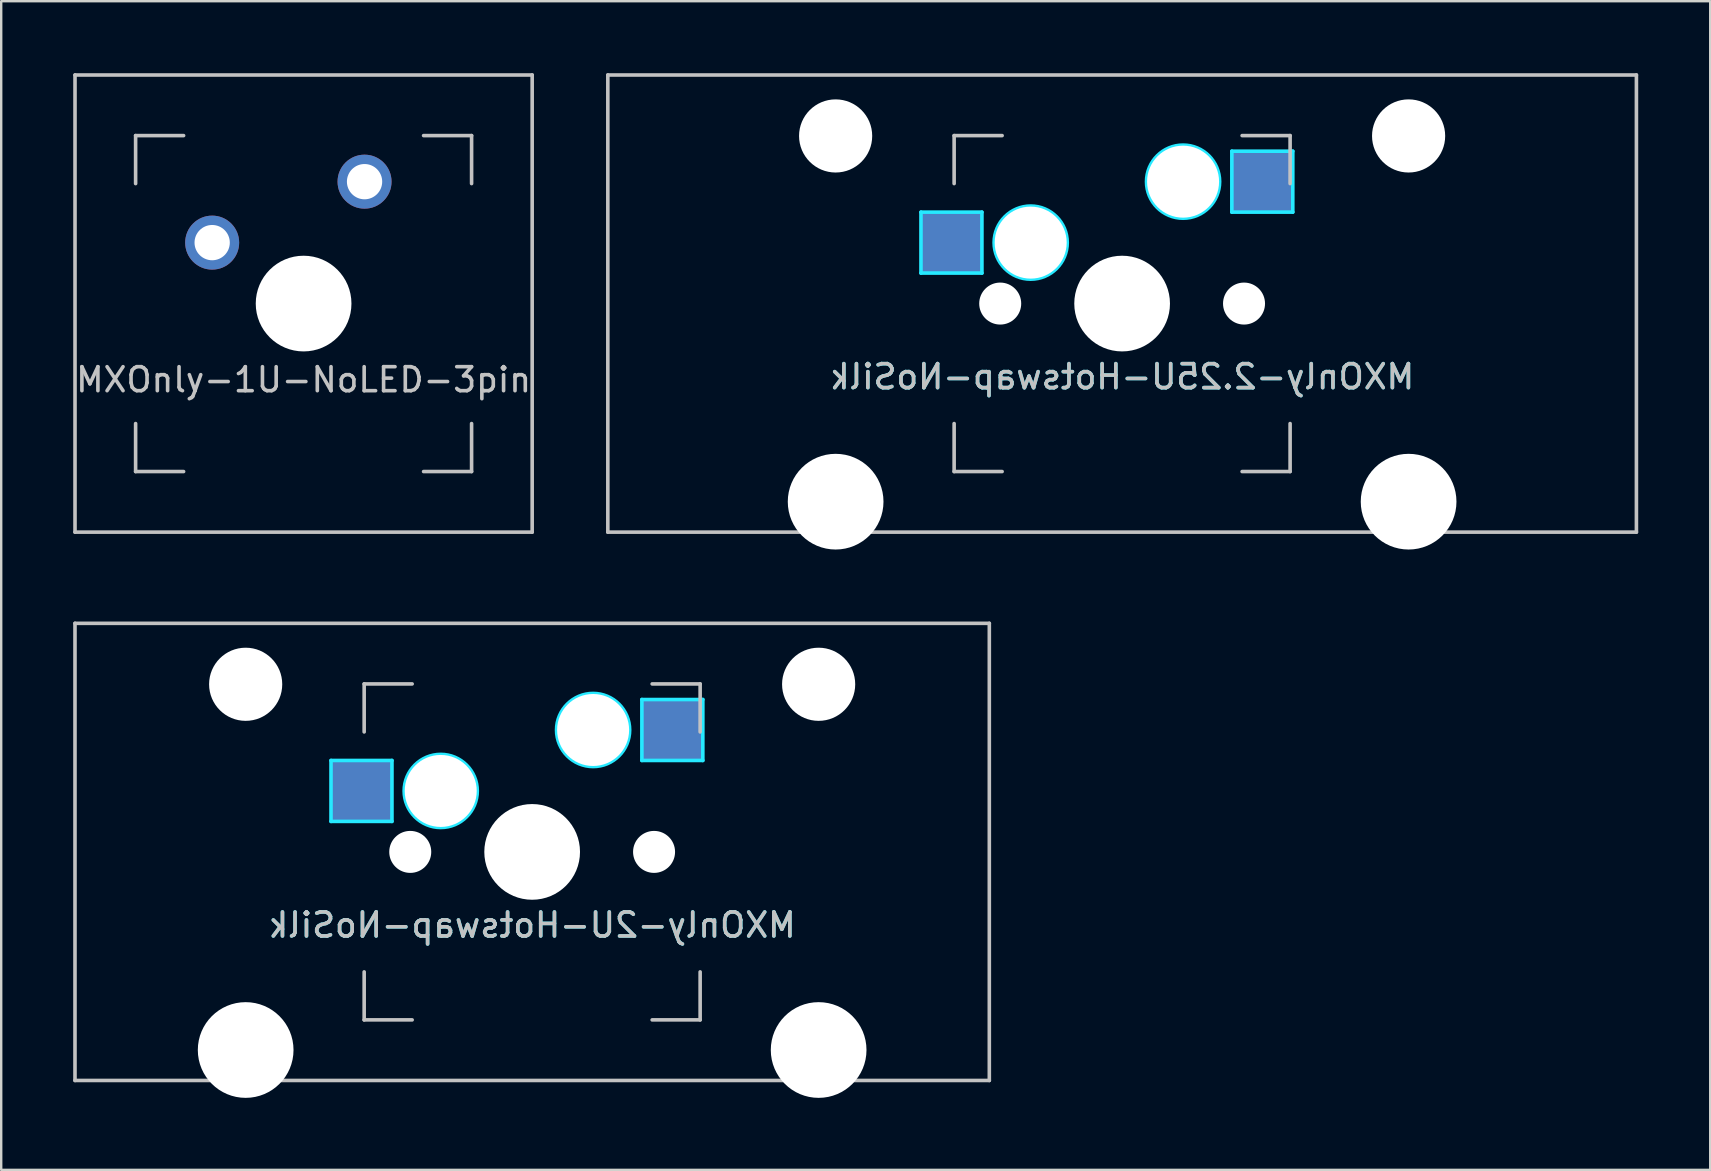
<source format=kicad_pcb>
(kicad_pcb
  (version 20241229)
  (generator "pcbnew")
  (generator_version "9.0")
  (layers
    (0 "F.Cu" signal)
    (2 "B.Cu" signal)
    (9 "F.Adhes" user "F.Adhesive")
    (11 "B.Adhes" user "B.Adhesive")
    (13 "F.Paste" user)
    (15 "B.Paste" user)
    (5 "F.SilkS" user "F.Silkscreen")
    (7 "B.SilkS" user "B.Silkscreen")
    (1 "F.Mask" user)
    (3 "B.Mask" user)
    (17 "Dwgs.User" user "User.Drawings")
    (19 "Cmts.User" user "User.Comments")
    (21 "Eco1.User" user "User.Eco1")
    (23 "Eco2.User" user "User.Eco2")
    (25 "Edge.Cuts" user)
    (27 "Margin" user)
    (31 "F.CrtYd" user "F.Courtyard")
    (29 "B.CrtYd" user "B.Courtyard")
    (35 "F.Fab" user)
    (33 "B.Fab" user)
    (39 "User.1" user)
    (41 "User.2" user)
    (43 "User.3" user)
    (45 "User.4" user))
  (footprint "MXOnly-2.25U-Hotswap-NoSilk"
    (layer "F.Cu")
    (at 43.709 9.6)
    (property "Reference" "MXOnly-2.25U-Hotswap-NoSilk" (at 0 3.048 0) (layer "B.CrtYd") (effects (font (size 1 1) (thickness 0.15)) (justify mirror)))
    (attr smd)
    (fp_line (start -21.431 -9.525) (end 21.431 -9.525) (stroke (width 0.15) (type solid)) (layer "Dwgs.User"))
    (fp_line (start -21.431 9.525) (end -21.431 -9.525) (stroke (width 0.15) (type solid)) (layer "Dwgs.User"))
    (fp_line (start -7 -7) (end -7 -5) (stroke (width 0.15) (type solid)) (layer "Dwgs.User"))
    (fp_line (start -7 5) (end -7 7) (stroke (width 0.15) (type solid)) (layer "Dwgs.User"))
    (fp_line (start -7 7) (end -5 7) (stroke (width 0.15) (type solid)) (layer "Dwgs.User"))
    (fp_line (start -5 -7) (end -7 -7) (stroke (width 0.15) (type solid)) (layer "Dwgs.User"))
    (fp_line (start 5 -7) (end 7 -7) (stroke (width 0.15) (type solid)) (layer "Dwgs.User"))
    (fp_line (start 5 7) (end 7 7) (stroke (width 0.15) (type solid)) (layer "Dwgs.User"))
    (fp_line (start 7 -7) (end 7 -5) (stroke (width 0.15) (type solid)) (layer "Dwgs.User"))
    (fp_line (start 7 7) (end 7 5) (stroke (width 0.15) (type solid)) (layer "Dwgs.User"))
    (fp_line (start 21.431 -9.525) (end 21.431 9.525) (stroke (width 0.15) (type solid)) (layer "Dwgs.User"))
    (fp_line (start 21.431 9.525) (end -21.431 9.525) (stroke (width 0.15) (type solid)) (layer "Dwgs.User"))
    (fp_line (start -8.382 -3.81) (end -5.842 -3.81) (stroke (width 0.15) (type solid)) (layer "B.CrtYd"))
    (fp_line (start -8.382 -1.27) (end -8.382 -3.81) (stroke (width 0.15) (type solid)) (layer "B.CrtYd"))
    (fp_line (start -5.842 -3.81) (end -5.842 -1.27) (stroke (width 0.15) (type solid)) (layer "B.CrtYd"))
    (fp_line (start -5.842 -1.27) (end -8.382 -1.27) (stroke (width 0.15) (type solid)) (layer "B.CrtYd"))
    (fp_line (start 4.572 -6.35) (end 7.112 -6.35) (stroke (width 0.15) (type solid)) (layer "B.CrtYd"))
    (fp_line (start 4.572 -3.81) (end 4.572 -6.35) (stroke (width 0.15) (type solid)) (layer "B.CrtYd"))
    (fp_line (start 7.112 -6.35) (end 7.112 -3.81) (stroke (width 0.15) (type solid)) (layer "B.CrtYd"))
    (fp_line (start 7.112 -3.81) (end 4.572 -3.81) (stroke (width 0.15) (type solid)) (layer "B.CrtYd"))
    (fp_circle (center -3.81 -2.54) (end -3.81 -4.064) (stroke (width 0.15) (type solid)) (fill no) (layer "B.CrtYd"))
    (fp_circle (center 2.54 -5.08) (end 2.54 -6.604) (stroke (width 0.15) (type solid)) (fill no) (layer "B.CrtYd"))
    (fp_text user "${REFERENCE}" (at 0 3.048 0) (layer "Dwgs.User") (effects (font (size 1 1) (thickness 0.15)) (justify mirror)))
    (pad "" np_thru_hole circle (at -11.938 -6.985) (size 3.048 3.048) (drill 3.048) (layers "*.Cu" "*.Mask"))
    (pad "" np_thru_hole circle (at -11.938 8.255) (size 3.988 3.988) (drill 3.988) (layers "*.Cu" "*.Mask"))
    (pad "" np_thru_hole circle (at -5.08 0 48.1) (size 1.75 1.75) (drill 1.75) (layers "*.Cu" "*.Mask"))
    (pad "" np_thru_hole circle (at -3.81 -2.54) (size 3 3) (drill 3) (layers "*.Cu" "*.Mask"))
    (pad "" np_thru_hole circle (at 0 0) (size 3.988 3.988) (drill 3.988) (layers "*.Cu" "*.Mask"))
    (pad "" np_thru_hole circle (at 2.54 -5.08) (size 3 3) (drill 3) (layers "*.Cu" "*.Mask"))
    (pad "" np_thru_hole circle (at 5.08 0 48.1) (size 1.75 1.75) (drill 1.75) (layers "*.Cu" "*.Mask"))
    (pad "" np_thru_hole circle (at 11.938 -6.985) (size 3.048 3.048) (drill 3.048) (layers "*.Cu" "*.Mask"))
    (pad "" np_thru_hole circle (at 11.938 8.255) (size 3.988 3.988) (drill 3.988) (layers "*.Cu" "*.Mask"))
    (pad "1" smd rect (at -7.085 -2.54) (size 2.55 2.5) (layers "B.Cu" "B.Mask" "B.Paste"))
    (pad "2" smd rect (at 5.842 -5.08) (size 2.55 2.5) (layers "B.Cu" "B.Mask" "B.Paste")))
  (footprint "MXOnly-1U-NoLED-3pin"
    (layer "F.Cu")
    (at 9.601 9.6)
    (property "Reference" "MXOnly-1U-NoLED-3pin" (at 0 3.175 180) (layer "Dwgs.User") (effects (font (size 1 1) (thickness 0.15))))
    (attr through_hole)
    (fp_line (start -9.525 -9.525) (end 9.525 -9.525) (stroke (width 0.15) (type solid)) (layer "Dwgs.User"))
    (fp_line (start -9.525 9.525) (end -9.525 -9.525) (stroke (width 0.15) (type solid)) (layer "Dwgs.User"))
    (fp_line (start -7 -7) (end -7 -5) (stroke (width 0.15) (type solid)) (layer "Dwgs.User"))
    (fp_line (start -7 5) (end -7 7) (stroke (width 0.15) (type solid)) (layer "Dwgs.User"))
    (fp_line (start -7 7) (end -5 7) (stroke (width 0.15) (type solid)) (layer "Dwgs.User"))
    (fp_line (start -5 -7) (end -7 -7) (stroke (width 0.15) (type solid)) (layer "Dwgs.User"))
    (fp_line (start 5 -7) (end 7 -7) (stroke (width 0.15) (type solid)) (layer "Dwgs.User"))
    (fp_line (start 5 7) (end 7 7) (stroke (width 0.15) (type solid)) (layer "Dwgs.User"))
    (fp_line (start 7 -7) (end 7 -5) (stroke (width 0.15) (type solid)) (layer "Dwgs.User"))
    (fp_line (start 7 7) (end 7 5) (stroke (width 0.15) (type solid)) (layer "Dwgs.User"))
    (fp_line (start 9.525 -9.525) (end 9.525 9.525) (stroke (width 0.15) (type solid)) (layer "Dwgs.User"))
    (fp_line (start 9.525 9.525) (end -9.525 9.525) (stroke (width 0.15) (type solid)) (layer "Dwgs.User"))
    (pad "" np_thru_hole circle (at 0 0) (size 3.988 3.988) (drill 3.988) (layers "*.Cu" "*.Mask"))
    (pad "1" thru_hole circle (at -3.81 -2.54) (size 2.25 2.25) (drill 1.47) (layers "*.Cu" "B.Mask"))
    (pad "2" thru_hole circle (at 2.54 -5.08) (size 2.25 2.25) (drill 1.47) (layers "*.Cu" "B.Mask")))
  (footprint "MXOnly-2U-Hotswap-NoSilk"
    (layer "F.Cu")
    (at 19.125 32.449)
    (property "Reference" "MXOnly-2U-Hotswap-NoSilk" (at 0 3.048 0) (layer "B.CrtYd") (effects (font (size 1 1) (thickness 0.15)) (justify mirror)))
    (attr smd)
    (fp_line (start -19.05 -9.525) (end 19.05 -9.525) (stroke (width 0.15) (type solid)) (layer "Dwgs.User"))
    (fp_line (start -19.05 9.525) (end -19.05 -9.525) (stroke (width 0.15) (type solid)) (layer "Dwgs.User"))
    (fp_line (start -7 -7) (end -7 -5) (stroke (width 0.15) (type solid)) (layer "Dwgs.User"))
    (fp_line (start -7 5) (end -7 7) (stroke (width 0.15) (type solid)) (layer "Dwgs.User"))
    (fp_line (start -7 7) (end -5 7) (stroke (width 0.15) (type solid)) (layer "Dwgs.User"))
    (fp_line (start -5 -7) (end -7 -7) (stroke (width 0.15) (type solid)) (layer "Dwgs.User"))
    (fp_line (start 5 -7) (end 7 -7) (stroke (width 0.15) (type solid)) (layer "Dwgs.User"))
    (fp_line (start 5 7) (end 7 7) (stroke (width 0.15) (type solid)) (layer "Dwgs.User"))
    (fp_line (start 7 -7) (end 7 -5) (stroke (width 0.15) (type solid)) (layer "Dwgs.User"))
    (fp_line (start 7 7) (end 7 5) (stroke (width 0.15) (type solid)) (layer "Dwgs.User"))
    (fp_line (start 19.05 -9.525) (end 19.05 9.525) (stroke (width 0.15) (type solid)) (layer "Dwgs.User"))
    (fp_line (start 19.05 9.525) (end -19.05 9.525) (stroke (width 0.15) (type solid)) (layer "Dwgs.User"))
    (fp_line (start -8.382 -3.81) (end -5.842 -3.81) (stroke (width 0.15) (type solid)) (layer "B.CrtYd"))
    (fp_line (start -8.382 -1.27) (end -8.382 -3.81) (stroke (width 0.15) (type solid)) (layer "B.CrtYd"))
    (fp_line (start -5.842 -3.81) (end -5.842 -1.27) (stroke (width 0.15) (type solid)) (layer "B.CrtYd"))
    (fp_line (start -5.842 -1.27) (end -8.382 -1.27) (stroke (width 0.15) (type solid)) (layer "B.CrtYd"))
    (fp_line (start 4.572 -6.35) (end 7.112 -6.35) (stroke (width 0.15) (type solid)) (layer "B.CrtYd"))
    (fp_line (start 4.572 -3.81) (end 4.572 -6.35) (stroke (width 0.15) (type solid)) (layer "B.CrtYd"))
    (fp_line (start 7.112 -6.35) (end 7.112 -3.81) (stroke (width 0.15) (type solid)) (layer "B.CrtYd"))
    (fp_line (start 7.112 -3.81) (end 4.572 -3.81) (stroke (width 0.15) (type solid)) (layer "B.CrtYd"))
    (fp_circle (center -3.81 -2.54) (end -3.81 -4.064) (stroke (width 0.15) (type solid)) (fill no) (layer "B.CrtYd"))
    (fp_circle (center 2.54 -5.08) (end 2.54 -6.604) (stroke (width 0.15) (type solid)) (fill no) (layer "B.CrtYd"))
    (fp_text user "${REFERENCE}" (at 0 3.048 0) (layer "Dwgs.User") (effects (font (size 1 1) (thickness 0.15)) (justify mirror)))
    (pad "" np_thru_hole circle (at -11.938 -6.985) (size 3.048 3.048) (drill 3.048) (layers "*.Cu" "*.Mask"))
    (pad "" np_thru_hole circle (at -11.938 8.255) (size 3.988 3.988) (drill 3.988) (layers "*.Cu" "*.Mask"))
    (pad "" np_thru_hole circle (at -5.08 0 48.1) (size 1.75 1.75) (drill 1.75) (layers "*.Cu" "*.Mask"))
    (pad "" np_thru_hole circle (at -3.81 -2.54) (size 3 3) (drill 3) (layers "*.Cu" "*.Mask"))
    (pad "" np_thru_hole circle (at 0 0) (size 3.988 3.988) (drill 3.988) (layers "*.Cu" "*.Mask"))
    (pad "" np_thru_hole circle (at 2.54 -5.08) (size 3 3) (drill 3) (layers "*.Cu" "*.Mask"))
    (pad "" np_thru_hole circle (at 5.08 0 48.1) (size 1.75 1.75) (drill 1.75) (layers "*.Cu" "*.Mask"))
    (pad "" np_thru_hole circle (at 11.938 -6.985) (size 3.048 3.048) (drill 3.048) (layers "*.Cu" "*.Mask"))
    (pad "" np_thru_hole circle (at 11.938 8.255) (size 3.988 3.988) (drill 3.988) (layers "*.Cu" "*.Mask"))
    (pad "1" smd rect (at -7.085 -2.54) (size 2.55 2.5) (layers "B.Cu" "B.Mask" "B.Paste"))
    (pad "2" smd rect (at 5.842 -5.08) (size 2.55 2.5) (layers "B.Cu" "B.Mask" "B.Paste")))
  (gr_rect
    (start -3 -3)
    (end 68.215 45.698)
    (stroke (width 0.1) (type default))
    (fill no)
    (layer "Edge.Cuts")))
</source>
